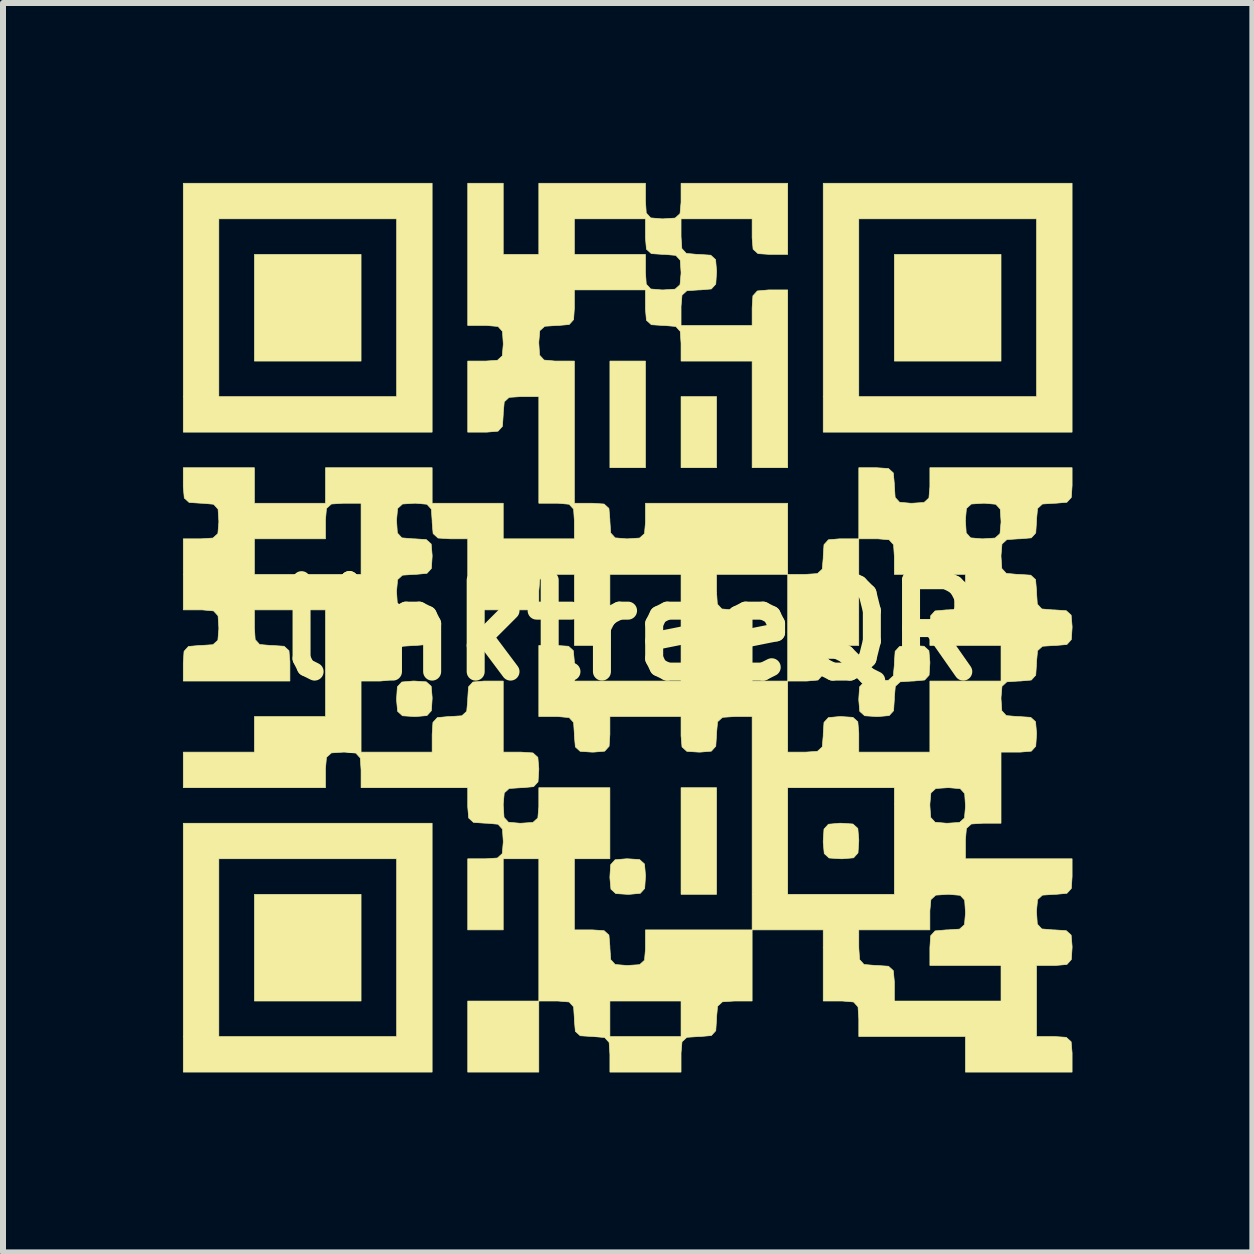
<source format=kicad_pcb>
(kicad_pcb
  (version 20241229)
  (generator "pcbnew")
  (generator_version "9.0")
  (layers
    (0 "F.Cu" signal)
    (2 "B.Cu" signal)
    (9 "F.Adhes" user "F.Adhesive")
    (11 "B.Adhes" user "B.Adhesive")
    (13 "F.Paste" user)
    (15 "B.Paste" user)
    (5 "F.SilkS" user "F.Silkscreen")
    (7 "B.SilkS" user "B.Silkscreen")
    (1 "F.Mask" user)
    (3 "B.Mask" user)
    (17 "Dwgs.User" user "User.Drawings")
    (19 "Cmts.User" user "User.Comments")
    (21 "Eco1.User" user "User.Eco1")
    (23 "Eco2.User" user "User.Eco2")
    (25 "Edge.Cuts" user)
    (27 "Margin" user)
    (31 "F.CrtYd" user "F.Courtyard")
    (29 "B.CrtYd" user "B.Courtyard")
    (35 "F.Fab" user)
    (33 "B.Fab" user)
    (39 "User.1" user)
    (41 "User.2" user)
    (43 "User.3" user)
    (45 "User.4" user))
  (footprint "linktreeQR"
    (layer "F.Cu")
    (at 7.456 7.456)
    (property "Reference" "linktreeQR" (at 0 0 0) (layer "F.SilkS") (effects (font (size 1.524 1.524) (thickness 0.3))))
    (attr through_hole)
    (fp_poly (pts (xy -4.487 -4.487) (xy -6.265 -4.487) (xy -6.265 -6.265) (xy -4.487 -6.265) (xy -4.487 -4.487)) (stroke (width 0.01) (type solid)) (fill yes) (layer "F.SilkS"))
    (fp_poly (pts (xy -4.487 6.181) (xy -6.265 6.181) (xy -6.265 4.403) (xy -4.487 4.403) (xy -4.487 6.181)) (stroke (width 0.01) (type solid)) (fill yes) (layer "F.SilkS"))
    (fp_poly (pts (xy -1.524 7.366) (xy -2.709 7.366) (xy -2.709 6.181) (xy -1.524 6.181) (xy -1.524 7.366)) (stroke (width 0.01) (type solid)) (fill yes) (layer "F.SilkS"))
    (fp_poly (pts (xy 0.254 -2.709) (xy -0.339 -2.709) (xy -0.339 -4.487) (xy 0.254 -4.487) (xy 0.254 -2.709)) (stroke (width 0.01) (type solid)) (fill yes) (layer "F.SilkS"))
    (fp_poly (pts (xy 1.439 -2.709) (xy 0.847 -2.709) (xy 0.847 -3.895) (xy 1.439 -3.895) (xy 1.439 -2.709)) (stroke (width 0.01) (type solid)) (fill yes) (layer "F.SilkS"))
    (fp_poly (pts (xy 1.439 4.403) (xy 0.847 4.403) (xy 0.847 2.625) (xy 1.439 2.625) (xy 1.439 4.403)) (stroke (width 0.01) (type solid)) (fill yes) (layer "F.SilkS"))
    (fp_poly (pts (xy 6.181 -4.487) (xy 4.403 -4.487) (xy 4.403 -6.265) (xy 6.181 -6.265) (xy 6.181 -4.487)) (stroke (width 0.01) (type solid)) (fill yes) (layer "F.SilkS"))
    (fp_poly (pts (xy -3.302 -3.302) (xy -7.451 -3.302) (xy -7.451 -6.858) (xy -6.858 -6.858) (xy -6.858 -3.895) (xy -3.895 -3.895) (xy -3.895 -6.858) (xy -6.858 -6.858) (xy -7.451 -6.858) (xy -7.451 -7.451) (xy -3.302 -7.451) (xy -3.302 -3.302)) (stroke (width 0.01) (type solid)) (fill yes) (layer "F.SilkS"))
    (fp_poly (pts (xy -3.302 7.366) (xy -7.451 7.366) (xy -7.451 3.81) (xy -6.858 3.81) (xy -6.858 6.773) (xy -3.895 6.773) (xy -3.895 3.81) (xy -6.858 3.81) (xy -7.451 3.81) (xy -7.451 3.217) (xy -3.302 3.217) (xy -3.302 7.366)) (stroke (width 0.01) (type solid)) (fill yes) (layer "F.SilkS"))
    (fp_poly (pts (xy 7.366 -3.302) (xy 3.217 -3.302) (xy 3.217 -6.858) (xy 3.81 -6.858) (xy 3.81 -3.895) (xy 6.773 -3.895) (xy 6.773 -6.858) (xy 3.81 -6.858) (xy 3.217 -6.858) (xy 3.217 -7.451) (xy 7.366 -7.451) (xy 7.366 -3.302)) (stroke (width 0.01) (type solid)) (fill yes) (layer "F.SilkS"))
    (fp_poly (pts (xy -3.4 0.86) (xy -3.318 0.934) (xy -3.302 1.12) (xy -3.302 1.143) (xy -3.315 1.342) (xy -3.389 1.423) (xy -3.576 1.439) (xy -3.598 1.439) (xy -3.797 1.426) (xy -3.878 1.352) (xy -3.895 1.166) (xy -3.895 1.143) (xy -3.882 0.944) (xy -3.808 0.863) (xy -3.621 0.847) (xy -3.598 0.847) (xy -3.4 0.86)) (stroke (width 0.01) (type solid)) (fill yes) (layer "F.SilkS"))
    (fp_poly (pts (xy 0.156 3.823) (xy 0.238 3.897) (xy 0.254 4.084) (xy 0.254 4.106) (xy 0.241 4.305) (xy 0.167 4.386) (xy -0.02 4.403) (xy -0.042 4.403) (xy -0.241 4.39) (xy -0.322 4.316) (xy -0.339 4.129) (xy -0.339 4.106) (xy -0.326 3.908) (xy -0.252 3.826) (xy -0.065 3.81) (xy -0.042 3.81) (xy 0.156 3.823)) (stroke (width 0.01) (type solid)) (fill yes) (layer "F.SilkS"))
    (fp_poly (pts (xy 3.712 3.23) (xy 3.794 3.304) (xy 3.81 3.491) (xy 3.81 3.514) (xy 3.797 3.712) (xy 3.723 3.794) (xy 3.536 3.81) (xy 3.514 3.81) (xy 3.315 3.797) (xy 3.234 3.723) (xy 3.217 3.536) (xy 3.217 3.514) (xy 3.23 3.315) (xy 3.304 3.234) (xy 3.491 3.217) (xy 3.514 3.217) (xy 3.712 3.23)) (stroke (width 0.01) (type solid)) (fill yes) (layer "F.SilkS"))
    (fp_poly (pts (xy 4.898 0.267) (xy 4.979 0.341) (xy 4.995 0.528) (xy 4.995 0.55) (xy 4.982 0.749) (xy 4.908 0.83) (xy 4.722 0.847) (xy 4.699 0.847) (xy 4.5 0.86) (xy 4.419 0.934) (xy 4.403 1.12) (xy 4.403 1.143) (xy 4.39 1.342) (xy 4.316 1.423) (xy 4.129 1.439) (xy 4.106 1.439) (xy 3.908 1.426) (xy 3.826 1.352) (xy 3.81 1.166) (xy 3.81 1.143) (xy 3.823 0.944) (xy 3.897 0.863) (xy 4.084 0.847) (xy 4.106 0.847) (xy 4.305 0.834) (xy 4.386 0.76) (xy 4.403 0.573) (xy 4.403 0.55) (xy 4.416 0.352) (xy 4.49 0.27) (xy 4.676 0.254) (xy 4.699 0.254) (xy 4.898 0.267)) (stroke (width 0.01) (type solid)) (fill yes) (layer "F.SilkS"))
    (fp_poly (pts (xy -1.524 3.81) (xy -2.117 3.81) (xy -2.117 4.995) (xy -2.709 4.995) (xy -2.709 3.81) (xy -2.413 3.81) (xy -2.214 3.797) (xy -2.133 3.723) (xy -2.117 3.536) (xy -2.117 3.514) (xy -2.13 3.315) (xy -2.204 3.234) (xy -2.39 3.217) (xy -2.413 3.217) (xy -2.612 3.204) (xy -2.693 3.13) (xy -2.709 2.944) (xy -2.709 2.921) (xy -2.709 2.625) (xy -4.487 2.625) (xy -4.487 2.328) (xy -4.5 2.13) (xy -4.574 2.048) (xy -4.761 2.032) (xy -4.784 2.032) (xy -4.982 2.045) (xy -5.064 2.119) (xy -5.08 2.306) (xy -5.08 2.328) (xy -5.08 2.625) (xy -7.451 2.625) (xy -7.451 2.032) (xy -6.265 2.032) (xy -6.265 1.439) (xy -5.08 1.439) (xy -5.08 0.847) (xy -4.487 0.847) (xy -4.487 2.032) (xy -3.302 2.032) (xy -3.302 1.736) (xy -3.289 1.537) (xy -3.215 1.456) (xy -3.028 1.439) (xy -3.006 1.439) (xy -2.807 1.426) (xy -2.726 1.352) (xy -2.709 1.166) (xy -2.709 1.143) (xy -2.696 0.944) (xy -2.622 0.863) (xy -2.436 0.847) (xy -2.413 0.847) (xy -2.117 0.847) (xy -2.117 2.032) (xy -1.82 2.032) (xy -1.622 2.045) (xy -1.54 2.119) (xy -1.524 2.306) (xy -1.524 2.328) (xy -1.537 2.527) (xy -1.611 2.608) (xy -1.798 2.625) (xy -1.82 2.625) (xy -2.019 2.638) (xy -2.1 2.712) (xy -2.117 2.898) (xy -2.117 2.921) (xy -2.104 3.12) (xy -2.03 3.201) (xy -1.843 3.217) (xy -1.82 3.217) (xy -1.622 3.204) (xy -1.54 3.13) (xy -1.524 2.944) (xy -1.524 2.921) (xy -1.524 2.625) (xy -0.339 2.625) (xy -0.339 3.81) (xy -0.931 3.81) (xy -0.931 4.995) (xy -0.635 4.995) (xy -0.436 5.008) (xy -0.355 5.082) (xy -0.339 5.269) (xy -0.339 5.292) (xy -0.326 5.49) (xy -0.252 5.572) (xy -0.065 5.588) (xy -0.042 5.588) (xy 0.156 5.575) (xy 0.238 5.501) (xy 0.254 5.314) (xy 0.254 5.292) (xy 0.254 4.995) (xy 2.032 4.995) (xy 2.032 2.625) (xy 2.625 2.625) (xy 2.625 4.403) (xy 4.403 4.403) (xy 4.403 2.921) (xy 4.995 2.921) (xy 5.008 3.12) (xy 5.082 3.201) (xy 5.269 3.217) (xy 5.292 3.217) (xy 5.49 3.204) (xy 5.572 3.13) (xy 5.588 2.944) (xy 5.588 2.921) (xy 5.575 2.722) (xy 5.501 2.641) (xy 5.314 2.625) (xy 5.292 2.625) (xy 5.093 2.638) (xy 5.012 2.712) (xy 4.995 2.898) (xy 4.995 2.921) (xy 4.403 2.921) (xy 4.403 2.625) (xy 2.625 2.625) (xy 2.032 2.625) (xy 2.032 2.032) (xy 2.625 2.032) (xy 2.921 2.032) (xy 3.12 2.019) (xy 3.201 1.945) (xy 3.217 1.758) (xy 3.217 1.736) (xy 3.23 1.537) (xy 3.304 1.456) (xy 3.491 1.439) (xy 3.514 1.439) (xy 3.712 1.452) (xy 3.794 1.526) (xy 3.81 1.713) (xy 3.81 1.736) (xy 3.81 2.032) (xy 4.995 2.032) (xy 4.995 0.847) (xy 6.181 0.847) (xy 6.181 0.254) (xy 4.995 0.254) (xy 4.995 -0.042) (xy 5.008 -0.241) (xy 5.082 -0.322) (xy 5.269 -0.339) (xy 5.292 -0.339) (xy 5.49 -0.352) (xy 5.572 -0.426) (xy 5.588 -0.612) (xy 5.588 -0.635) (xy 5.588 -0.931) (xy 4.403 -0.931) (xy 4.403 -1.228) (xy 4.39 -1.426) (xy 4.316 -1.508) (xy 4.129 -1.524) (xy 4.106 -1.524) (xy 3.81 -1.524) (xy 3.81 0.254) (xy 3.514 0.254) (xy 3.315 0.267) (xy 3.234 0.341) (xy 3.217 0.528) (xy 3.217 0.55) (xy 3.204 0.749) (xy 3.13 0.83) (xy 2.944 0.847) (xy 2.921 0.847) (xy 2.625 0.847) (xy 2.625 2.032) (xy 2.032 2.032) (xy 2.032 1.439) (xy 1.736 1.439) (xy 1.537 1.452) (xy 1.456 1.526) (xy 1.439 1.713) (xy 1.439 1.736) (xy 1.426 1.934) (xy 1.352 2.016) (xy 1.166 2.032) (xy 1.143 2.032) (xy 0.944 2.019) (xy 0.863 1.945) (xy 0.847 1.758) (xy 0.847 1.736) (xy 0.847 1.439) (xy -0.339 1.439) (xy -0.339 1.736) (xy -0.352 1.934) (xy -0.426 2.016) (xy -0.612 2.032) (xy -0.635 2.032) (xy -0.834 2.019) (xy -0.915 1.945) (xy -0.931 1.758) (xy -0.931 1.736) (xy -0.944 1.537) (xy -1.018 1.456) (xy -1.205 1.439) (xy -1.228 1.439) (xy -1.524 1.439) (xy -1.524 0.254) (xy -1.228 0.254) (xy -1.029 0.267) (xy -0.948 0.341) (xy -0.931 0.528) (xy -0.931 0.55) (xy -0.931 0.847) (xy 0.847 0.847) (xy 0.847 -0.931) (xy 1.439 -0.931) (xy 1.439 -0.635) (xy 1.452 -0.436) (xy 1.526 -0.355) (xy 1.713 -0.339) (xy 1.736 -0.339) (xy 2.032 -0.339) (xy 2.032 0.847) (xy 2.625 0.847) (xy 2.625 -0.931) (xy 1.439 -0.931) (xy 0.847 -0.931) (xy -0.339 -0.931) (xy -0.339 0.254) (xy -0.931 0.254) (xy -0.931 -0.931) (xy -1.228 -0.931) (xy -1.426 -0.918) (xy -1.508 -0.844) (xy -1.524 -0.658) (xy -1.524 -0.635) (xy -1.524 -0.339) (xy -2.709 -0.339) (xy -2.709 -1.524) (xy -3.006 -1.524) (xy -3.204 -1.537) (xy -3.286 -1.611) (xy -3.302 -1.798) (xy -3.302 -1.82) (xy -3.315 -2.019) (xy -3.389 -2.1) (xy -3.576 -2.117) (xy -3.598 -2.117) (xy -3.797 -2.104) (xy -3.878 -2.03) (xy -3.895 -1.843) (xy -3.895 -1.82) (xy -3.882 -1.622) (xy -3.808 -1.54) (xy -3.621 -1.524) (xy -3.598 -1.524) (xy -3.4 -1.511) (xy -3.318 -1.437) (xy -3.302 -1.25) (xy -3.302 -1.228) (xy -3.315 -1.029) (xy -3.389 -0.948) (xy -3.576 -0.931) (xy -3.598 -0.931) (xy -3.797 -0.918) (xy -3.878 -0.844) (xy -3.895 -0.658) (xy -3.895 -0.635) (xy -3.882 -0.436) (xy -3.808 -0.355) (xy -3.621 -0.339) (xy -3.598 -0.339) (xy -3.4 -0.326) (xy -3.318 -0.252) (xy -3.302 -0.065) (xy -3.302 -0.042) (xy -3.315 0.156) (xy -3.389 0.238) (xy -3.576 0.254) (xy -3.598 0.254) (xy -3.797 0.267) (xy -3.878 0.341) (xy -3.895 0.528) (xy -3.895 0.55) (xy -3.908 0.749) (xy -3.982 0.83) (xy -4.168 0.847) (xy -4.191 0.847) (xy -4.487 0.847) (xy -5.08 0.847) (xy -5.08 -0.339) (xy -6.265 -0.339) (xy -6.265 -0.042) (xy -6.252 0.156) (xy -6.178 0.238) (xy -5.992 0.254) (xy -5.969 0.254) (xy -5.77 0.267) (xy -5.689 0.341) (xy -5.673 0.528) (xy -5.673 0.55) (xy -5.673 0.847) (xy -7.451 0.847) (xy -7.451 0.55) (xy -7.438 0.352) (xy -7.364 0.27) (xy -7.177 0.254) (xy -7.154 0.254) (xy -6.956 0.241) (xy -6.874 0.167) (xy -6.858 -0.02) (xy -6.858 -0.042) (xy -6.871 -0.241) (xy -6.945 -0.322) (xy -7.132 -0.339) (xy -7.154 -0.339) (xy -7.451 -0.339) (xy -7.451 -1.524) (xy -7.154 -1.524) (xy -6.265 -1.524) (xy -6.265 -0.931) (xy -4.487 -0.931) (xy -4.487 -2.117) (xy -4.784 -2.117) (xy -4.982 -2.104) (xy -5.064 -2.03) (xy -5.08 -1.843) (xy -5.08 -1.82) (xy -5.08 -1.524) (xy -6.265 -1.524) (xy -7.154 -1.524) (xy -6.956 -1.537) (xy -6.874 -1.611) (xy -6.858 -1.798) (xy -6.858 -1.82) (xy -6.871 -2.019) (xy -6.945 -2.1) (xy -7.132 -2.117) (xy -7.154 -2.117) (xy -7.353 -2.13) (xy -7.434 -2.204) (xy -7.451 -2.39) (xy -7.451 -2.413) (xy -7.451 -2.709) (xy -6.265 -2.709) (xy -6.265 -2.117) (xy -5.08 -2.117) (xy -5.08 -2.709) (xy -3.302 -2.709) (xy -3.302 -2.117) (xy -2.117 -2.117) (xy -2.117 -1.524) (xy -0.931 -1.524) (xy -0.931 -1.82) (xy -0.944 -2.019) (xy -1.018 -2.1) (xy -1.205 -2.117) (xy -1.228 -2.117) (xy -1.524 -2.117) (xy -1.524 -3.895) (xy -1.82 -3.895) (xy -2.019 -3.882) (xy -2.1 -3.808) (xy -2.117 -3.621) (xy -2.117 -3.598) (xy -2.13 -3.4) (xy -2.204 -3.318) (xy -2.39 -3.302) (xy -2.413 -3.302) (xy -2.709 -3.302) (xy -2.709 -4.487) (xy -2.413 -4.487) (xy -2.214 -4.5) (xy -2.133 -4.574) (xy -2.117 -4.761) (xy -2.117 -4.784) (xy -2.13 -4.982) (xy -2.204 -5.064) (xy -2.39 -5.08) (xy -2.413 -5.08) (xy -2.709 -5.08) (xy -2.709 -7.451) (xy -2.117 -7.451) (xy -2.117 -6.265) (xy -1.524 -6.265) (xy -1.524 -6.858) (xy -0.931 -6.858) (xy -0.931 -6.265) (xy 0.254 -6.265) (xy 0.254 -5.969) (xy 0.267 -5.77) (xy 0.341 -5.689) (xy 0.528 -5.673) (xy 0.55 -5.673) (xy 0.749 -5.686) (xy 0.83 -5.76) (xy 0.847 -5.946) (xy 0.847 -5.969) (xy 0.834 -6.168) (xy 0.76 -6.249) (xy 0.573 -6.265) (xy 0.55 -6.265) (xy 0.352 -6.278) (xy 0.27 -6.352) (xy 0.254 -6.539) (xy 0.254 -6.562) (xy 0.254 -6.858) (xy -0.931 -6.858) (xy -1.524 -6.858) (xy -1.524 -7.451) (xy 0.254 -7.451) (xy 0.254 -7.154) (xy 0.267 -6.956) (xy 0.341 -6.874) (xy 0.528 -6.858) (xy 0.55 -6.858) (xy 0.749 -6.871) (xy 0.83 -6.945) (xy 0.847 -7.132) (xy 0.847 -7.154) (xy 0.847 -7.451) (xy 2.625 -7.451) (xy 2.625 -6.265) (xy 2.328 -6.265) (xy 2.13 -6.278) (xy 2.048 -6.352) (xy 2.032 -6.539) (xy 2.032 -6.562) (xy 2.032 -6.858) (xy 0.847 -6.858) (xy 0.847 -6.562) (xy 0.86 -6.363) (xy 0.934 -6.282) (xy 1.12 -6.265) (xy 1.143 -6.265) (xy 1.342 -6.252) (xy 1.423 -6.178) (xy 1.439 -5.992) (xy 1.439 -5.969) (xy 1.426 -5.77) (xy 1.352 -5.689) (xy 1.166 -5.673) (xy 1.143 -5.673) (xy 0.944 -5.66) (xy 0.863 -5.586) (xy 0.847 -5.399) (xy 0.847 -5.376) (xy 0.847 -5.08) (xy 2.032 -5.08) (xy 2.032 -5.376) (xy 2.045 -5.575) (xy 2.119 -5.656) (xy 2.306 -5.673) (xy 2.328 -5.673) (xy 2.625 -5.673) (xy 2.625 -2.709) (xy 2.032 -2.709) (xy 2.032 -4.487) (xy 0.847 -4.487) (xy 0.847 -4.784) (xy 0.834 -4.982) (xy 0.76 -5.064) (xy 0.573 -5.08) (xy 0.55 -5.08) (xy 0.352 -5.093) (xy 0.27 -5.167) (xy 0.254 -5.354) (xy 0.254 -5.376) (xy 0.254 -5.673) (xy -0.931 -5.673) (xy -0.931 -5.376) (xy -0.944 -5.178) (xy -1.018 -5.096) (xy -1.205 -5.08) (xy -1.228 -5.08) (xy -1.426 -5.067) (xy -1.508 -4.993) (xy -1.524 -4.806) (xy -1.524 -4.784) (xy -1.511 -4.585) (xy -1.437 -4.504) (xy -1.25 -4.487) (xy -1.228 -4.487) (xy -0.931 -4.487) (xy -0.931 -2.117) (xy -0.635 -2.117) (xy -0.436 -2.104) (xy -0.355 -2.03) (xy -0.339 -1.843) (xy -0.339 -1.82) (xy -0.326 -1.622) (xy -0.252 -1.54) (xy -0.065 -1.524) (xy -0.042 -1.524) (xy 0.156 -1.537) (xy 0.238 -1.611) (xy 0.254 -1.798) (xy 0.254 -1.82) (xy 0.254 -2.117) (xy 2.625 -2.117) (xy 2.625 -0.931) (xy 2.921 -0.931) (xy 3.12 -0.944) (xy 3.201 -1.018) (xy 3.217 -1.205) (xy 3.217 -1.228) (xy 3.23 -1.426) (xy 3.304 -1.508) (xy 3.491 -1.524) (xy 3.514 -1.524) (xy 3.81 -1.524) (xy 3.81 -1.82) (xy 5.588 -1.82) (xy 5.601 -1.622) (xy 5.675 -1.54) (xy 5.862 -1.524) (xy 5.884 -1.524) (xy 6.083 -1.537) (xy 6.164 -1.611) (xy 6.181 -1.798) (xy 6.181 -1.82) (xy 6.168 -2.019) (xy 6.094 -2.1) (xy 5.907 -2.117) (xy 5.884 -2.117) (xy 5.686 -2.104) (xy 5.604 -2.03) (xy 5.588 -1.843) (xy 5.588 -1.82) (xy 3.81 -1.82) (xy 3.81 -2.709) (xy 4.106 -2.709) (xy 4.305 -2.696) (xy 4.386 -2.622) (xy 4.403 -2.436) (xy 4.403 -2.413) (xy 4.416 -2.214) (xy 4.49 -2.133) (xy 4.676 -2.117) (xy 4.699 -2.117) (xy 4.898 -2.13) (xy 4.979 -2.204) (xy 4.995 -2.39) (xy 4.995 -2.413) (xy 4.995 -2.709) (xy 7.366 -2.709) (xy 7.366 -2.413) (xy 7.353 -2.214) (xy 7.279 -2.133) (xy 7.092 -2.117) (xy 7.07 -2.117) (xy 6.871 -2.104) (xy 6.79 -2.03) (xy 6.773 -1.843) (xy 6.773 -1.82) (xy 6.76 -1.622) (xy 6.686 -1.54) (xy 6.5 -1.524) (xy 6.477 -1.524) (xy 6.278 -1.511) (xy 6.197 -1.437) (xy 6.181 -1.25) (xy 6.181 -1.228) (xy 6.194 -1.029) (xy 6.268 -0.948) (xy 6.454 -0.931) (xy 6.477 -0.931) (xy 6.676 -0.918) (xy 6.757 -0.844) (xy 6.773 -0.658) (xy 6.773 -0.635) (xy 6.786 -0.436) (xy 6.86 -0.355) (xy 7.047 -0.339) (xy 7.07 -0.339) (xy 7.268 -0.326) (xy 7.35 -0.252) (xy 7.366 -0.065) (xy 7.366 -0.042) (xy 7.353 0.156) (xy 7.279 0.238) (xy 7.092 0.254) (xy 7.07 0.254) (xy 6.871 0.267) (xy 6.79 0.341) (xy 6.773 0.528) (xy 6.773 0.55) (xy 6.76 0.749) (xy 6.686 0.83) (xy 6.5 0.847) (xy 6.477 0.847) (xy 6.278 0.86) (xy 6.197 0.934) (xy 6.181 1.12) (xy 6.181 1.143) (xy 6.194 1.342) (xy 6.268 1.423) (xy 6.454 1.439) (xy 6.477 1.439) (xy 6.676 1.452) (xy 6.757 1.526) (xy 6.773 1.713) (xy 6.773 1.736) (xy 6.76 1.934) (xy 6.686 2.016) (xy 6.5 2.032) (xy 6.477 2.032) (xy 6.181 2.032) (xy 6.181 3.217) (xy 5.884 3.217) (xy 5.686 3.23) (xy 5.604 3.304) (xy 5.588 3.491) (xy 5.588 3.514) (xy 5.588 3.81) (xy 7.366 3.81) (xy 7.366 4.106) (xy 7.353 4.305) (xy 7.279 4.386) (xy 7.092 4.403) (xy 7.07 4.403) (xy 6.871 4.416) (xy 6.79 4.49) (xy 6.773 4.676) (xy 6.773 4.699) (xy 6.786 4.898) (xy 6.86 4.979) (xy 7.047 4.995) (xy 7.07 4.995) (xy 7.268 5.008) (xy 7.35 5.082) (xy 7.366 5.269) (xy 7.366 5.292) (xy 7.353 5.49) (xy 7.279 5.572) (xy 7.092 5.588) (xy 7.07 5.588) (xy 6.773 5.588) (xy 6.773 6.773) (xy 7.07 6.773) (xy 7.268 6.786) (xy 7.35 6.86) (xy 7.366 7.047) (xy 7.366 7.07) (xy 7.366 7.366) (xy 5.588 7.366) (xy 5.588 6.773) (xy 3.81 6.773) (xy 3.81 6.477) (xy 3.797 6.278) (xy 3.723 6.197) (xy 3.536 6.181) (xy 3.514 6.181) (xy 3.217 6.181) (xy 3.217 4.995) (xy 3.81 4.995) (xy 3.81 5.292) (xy 3.823 5.49) (xy 3.897 5.572) (xy 4.084 5.588) (xy 4.106 5.588) (xy 4.305 5.601) (xy 4.386 5.675) (xy 4.403 5.862) (xy 4.403 5.884) (xy 4.403 6.181) (xy 6.181 6.181) (xy 6.181 5.588) (xy 4.995 5.588) (xy 4.995 5.292) (xy 5.008 5.093) (xy 5.082 5.012) (xy 5.269 4.995) (xy 5.292 4.995) (xy 5.49 4.982) (xy 5.572 4.908) (xy 5.588 4.722) (xy 5.588 4.699) (xy 5.575 4.5) (xy 5.501 4.419) (xy 5.314 4.403) (xy 5.292 4.403) (xy 5.093 4.416) (xy 5.012 4.49) (xy 4.995 4.676) (xy 4.995 4.699) (xy 4.995 4.995) (xy 3.81 4.995) (xy 3.217 4.995) (xy 2.032 4.995) (xy 2.032 6.181) (xy 1.736 6.181) (xy 1.537 6.194) (xy 1.456 6.268) (xy 1.439 6.454) (xy 1.439 6.477) (xy 1.426 6.676) (xy 1.352 6.757) (xy 1.166 6.773) (xy 1.143 6.773) (xy 0.944 6.786) (xy 0.863 6.86) (xy 0.847 7.047) (xy 0.847 7.07) (xy 0.847 7.366) (xy -0.339 7.366) (xy -0.339 7.07) (xy -0.352 6.871) (xy -0.426 6.79) (xy -0.612 6.773) (xy -0.635 6.773) (xy -0.834 6.76) (xy -0.915 6.686) (xy -0.931 6.5) (xy -0.931 6.477) (xy -0.944 6.278) (xy -1.018 6.197) (xy -1.205 6.181) (xy -1.228 6.181) (xy -0.339 6.181) (xy -0.339 6.773) (xy 0.847 6.773) (xy 0.847 6.181) (xy -0.339 6.181) (xy -1.228 6.181) (xy -1.524 6.181) (xy -1.524 3.81)) (stroke (width 0.01) (type solid)) (fill yes) (layer "F.SilkS")))
  (gr_rect
    (start -3 -3)
    (end 17.827 17.827)
    (stroke (width 0.1) (type default))
    (fill no)
    (layer "Edge.Cuts")))
</source>
